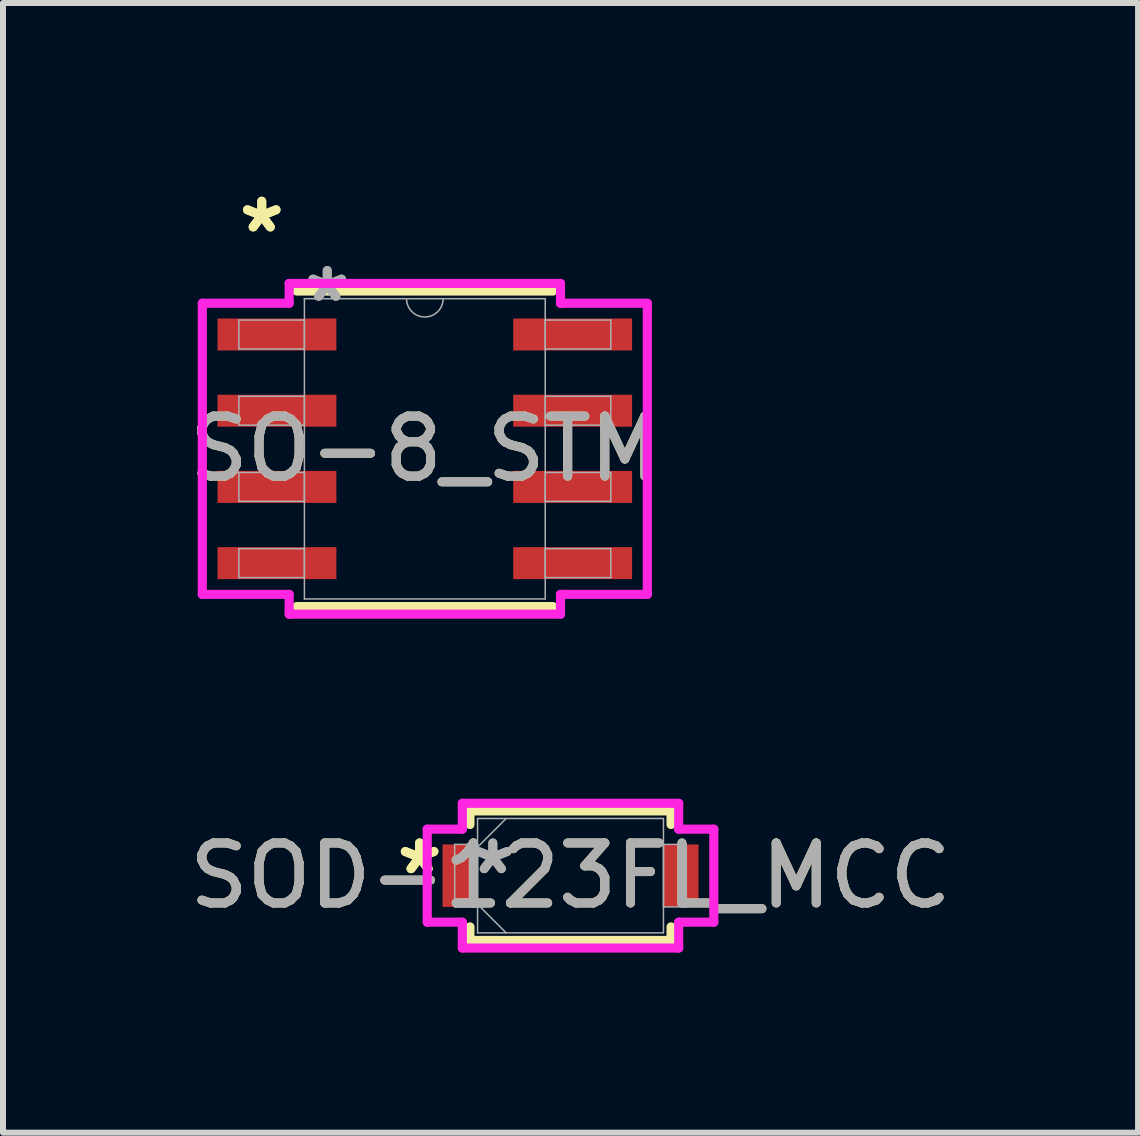
<source format=kicad_pcb>
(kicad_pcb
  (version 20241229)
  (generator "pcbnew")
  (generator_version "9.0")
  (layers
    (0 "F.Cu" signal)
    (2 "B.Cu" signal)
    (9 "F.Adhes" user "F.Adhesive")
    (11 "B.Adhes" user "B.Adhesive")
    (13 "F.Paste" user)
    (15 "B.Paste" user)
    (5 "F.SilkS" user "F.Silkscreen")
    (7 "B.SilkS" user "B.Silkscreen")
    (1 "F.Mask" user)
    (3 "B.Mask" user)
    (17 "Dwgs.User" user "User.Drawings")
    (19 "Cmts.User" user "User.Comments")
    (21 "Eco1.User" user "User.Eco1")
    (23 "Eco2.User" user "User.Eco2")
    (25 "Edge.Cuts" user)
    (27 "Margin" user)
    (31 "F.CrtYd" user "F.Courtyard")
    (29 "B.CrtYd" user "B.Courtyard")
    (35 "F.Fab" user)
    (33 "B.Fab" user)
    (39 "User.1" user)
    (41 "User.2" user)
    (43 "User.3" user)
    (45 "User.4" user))
  (footprint "SOD-123FL_MCC"
    (layer "F.Cu")
    (at 6.458 11.544)
    (property "Reference" "SOD-123FL_MCC" (at 0 0 0) (unlocked yes) (layer "F.SilkS") (effects (font (size 1 1) (thickness 0.15))))
    (attr smd)
    (fp_line (start -1.676 -1.079) (end -1.676 -0.853) (stroke (width 0.152) (type solid)) (layer "F.SilkS"))
    (fp_line (start -1.676 0.853) (end -1.676 1.079) (stroke (width 0.152) (type solid)) (layer "F.SilkS"))
    (fp_line (start -1.676 1.079) (end 1.676 1.079) (stroke (width 0.152) (type solid)) (layer "F.SilkS"))
    (fp_line (start 1.676 -1.079) (end -1.676 -1.079) (stroke (width 0.152) (type solid)) (layer "F.SilkS"))
    (fp_line (start 1.676 -0.853) (end 1.676 -1.079) (stroke (width 0.152) (type solid)) (layer "F.SilkS"))
    (fp_line (start 1.676 1.079) (end 1.676 0.853) (stroke (width 0.152) (type solid)) (layer "F.SilkS"))
    (fp_line (start -2.388 -0.775) (end -1.803 -0.775) (stroke (width 0.152) (type solid)) (layer "F.CrtYd"))
    (fp_line (start -2.388 0.775) (end -2.388 -0.775) (stroke (width 0.152) (type solid)) (layer "F.CrtYd"))
    (fp_line (start -1.803 -1.206) (end 1.803 -1.206) (stroke (width 0.152) (type solid)) (layer "F.CrtYd"))
    (fp_line (start -1.803 -0.775) (end -1.803 -1.206) (stroke (width 0.152) (type solid)) (layer "F.CrtYd"))
    (fp_line (start -1.803 0.775) (end -2.388 0.775) (stroke (width 0.152) (type solid)) (layer "F.CrtYd"))
    (fp_line (start -1.803 1.206) (end -1.803 0.775) (stroke (width 0.152) (type solid)) (layer "F.CrtYd"))
    (fp_line (start 1.803 -1.206) (end 1.803 -0.775) (stroke (width 0.152) (type solid)) (layer "F.CrtYd"))
    (fp_line (start 1.803 -0.775) (end 2.388 -0.775) (stroke (width 0.152) (type solid)) (layer "F.CrtYd"))
    (fp_line (start 1.803 0.775) (end 1.803 1.206) (stroke (width 0.152) (type solid)) (layer "F.CrtYd"))
    (fp_line (start 1.803 1.206) (end -1.803 1.206) (stroke (width 0.152) (type solid)) (layer "F.CrtYd"))
    (fp_line (start 2.388 -0.775) (end 2.388 0.775) (stroke (width 0.152) (type solid)) (layer "F.CrtYd"))
    (fp_line (start 2.388 0.775) (end 1.803 0.775) (stroke (width 0.152) (type solid)) (layer "F.CrtYd"))
    (fp_line (start -1.93 -0.521) (end -1.93 0.521) (stroke (width 0.025) (type solid)) (layer "F.Fab"))
    (fp_line (start -1.93 0.521) (end -1.549 0.521) (stroke (width 0.025) (type solid)) (layer "F.Fab"))
    (fp_line (start -1.549 -0.953) (end -1.549 0.953) (stroke (width 0.025) (type solid)) (layer "F.Fab"))
    (fp_line (start -1.549 -0.521) (end -1.93 -0.521) (stroke (width 0.025) (type solid)) (layer "F.Fab"))
    (fp_line (start -1.549 -0.476) (end -1.073 -0.953) (stroke (width 0.025) (type solid)) (layer "F.Fab"))
    (fp_line (start -1.549 0.476) (end -1.073 0.953) (stroke (width 0.025) (type solid)) (layer "F.Fab"))
    (fp_line (start -1.549 0.521) (end -1.549 -0.521) (stroke (width 0.025) (type solid)) (layer "F.Fab"))
    (fp_line (start -1.549 0.953) (end 1.549 0.953) (stroke (width 0.025) (type solid)) (layer "F.Fab"))
    (fp_line (start 1.549 -0.953) (end -1.549 -0.953) (stroke (width 0.025) (type solid)) (layer "F.Fab"))
    (fp_line (start 1.549 -0.521) (end 1.549 0.521) (stroke (width 0.025) (type solid)) (layer "F.Fab"))
    (fp_line (start 1.549 0.521) (end 1.93 0.521) (stroke (width 0.025) (type solid)) (layer "F.Fab"))
    (fp_line (start 1.549 0.953) (end 1.549 -0.953) (stroke (width 0.025) (type solid)) (layer "F.Fab"))
    (fp_line (start 1.93 -0.521) (end 1.549 -0.521) (stroke (width 0.025) (type solid)) (layer "F.Fab"))
    (fp_line (start 1.93 0.521) (end 1.93 -0.521) (stroke (width 0.025) (type solid)) (layer "F.Fab"))
    (fp_text user "*" (at -2.515 0 0) (unlocked yes) (layer "F.SilkS") (effects (font (size 1 1) (thickness 0.15))))
    (fp_text user "*" (at -2.515 0 0) (layer "F.SilkS") (effects (font (size 1 1) (thickness 0.15))))
    (fp_text user "*" (at -1.295 0 0) (layer "F.Fab") (effects (font (size 1 1) (thickness 0.15))))
    (fp_text user "*" (at -1.295 0 0) (unlocked yes) (layer "F.Fab") (effects (font (size 1 1) (thickness 0.15))))
    (fp_text user "${REFERENCE}" (at 0 0 0) (unlocked yes) (layer "F.Fab") (effects (font (size 1 1) (thickness 0.15))))
    (pad "1" smd rect (at -1.841 0) (size 0.584 1.041) (layers "F.Cu" "F.Mask" "F.Paste"))
    (pad "2" smd rect (at 1.841 0) (size 0.584 1.041) (layers "F.Cu" "F.Mask" "F.Paste"))
    (zone (net_name "") (layer "F.Cu") (hatch full 0.508) (connect_pads) (min_thickness 0.254) (filled_areas_thickness no) (keepout (tracks not_allowed) (vias not_allowed) (pads allowed) (copperpour not_allowed) (footprints allowed)) (placement (enabled no)) (fill) (polygon (pts (xy 4.96 10.643) (xy 7.957 10.643) (xy 7.957 12.446) (xy 4.96 12.446)))))
  (footprint "SO-8_STM"
    (layer "F.Cu")
    (at 4.03 4.43)
    (property "Reference" "SO-8_STM" (at 0 0 0) (unlocked yes) (layer "F.SilkS") (effects (font (size 1 1) (thickness 0.15))))
    (attr smd)
    (fp_line (start -2.134 2.629) (end 2.134 2.629) (stroke (width 0.152) (type solid)) (layer "F.SilkS"))
    (fp_line (start 2.134 -2.629) (end -2.134 -2.629) (stroke (width 0.152) (type solid)) (layer "F.SilkS"))
    (fp_line (start -3.708 -2.426) (end -2.261 -2.426) (stroke (width 0.152) (type solid)) (layer "F.CrtYd"))
    (fp_line (start -3.708 2.426) (end -3.708 -2.426) (stroke (width 0.152) (type solid)) (layer "F.CrtYd"))
    (fp_line (start -3.708 2.426) (end -2.261 2.426) (stroke (width 0.152) (type solid)) (layer "F.CrtYd"))
    (fp_line (start -2.261 -2.756) (end 2.261 -2.756) (stroke (width 0.152) (type solid)) (layer "F.CrtYd"))
    (fp_line (start -2.261 -2.426) (end -2.261 -2.756) (stroke (width 0.152) (type solid)) (layer "F.CrtYd"))
    (fp_line (start -2.261 2.756) (end -2.261 2.426) (stroke (width 0.152) (type solid)) (layer "F.CrtYd"))
    (fp_line (start 2.261 -2.756) (end 2.261 -2.426) (stroke (width 0.152) (type solid)) (layer "F.CrtYd"))
    (fp_line (start 2.261 2.426) (end 2.261 2.756) (stroke (width 0.152) (type solid)) (layer "F.CrtYd"))
    (fp_line (start 2.261 2.756) (end -2.261 2.756) (stroke (width 0.152) (type solid)) (layer "F.CrtYd"))
    (fp_line (start 3.708 -2.426) (end 2.261 -2.426) (stroke (width 0.152) (type solid)) (layer "F.CrtYd"))
    (fp_line (start 3.708 -2.426) (end 3.708 2.426) (stroke (width 0.152) (type solid)) (layer "F.CrtYd"))
    (fp_line (start 3.708 2.426) (end 2.261 2.426) (stroke (width 0.152) (type solid)) (layer "F.CrtYd"))
    (fp_line (start -3.099 -2.146) (end -3.099 -1.664) (stroke (width 0.025) (type solid)) (layer "F.Fab"))
    (fp_line (start -3.099 -1.664) (end -2.007 -1.664) (stroke (width 0.025) (type solid)) (layer "F.Fab"))
    (fp_line (start -3.099 -0.876) (end -3.099 -0.394) (stroke (width 0.025) (type solid)) (layer "F.Fab"))
    (fp_line (start -3.099 -0.394) (end -2.007 -0.394) (stroke (width 0.025) (type solid)) (layer "F.Fab"))
    (fp_line (start -3.099 0.394) (end -3.099 0.876) (stroke (width 0.025) (type solid)) (layer "F.Fab"))
    (fp_line (start -3.099 0.876) (end -2.007 0.876) (stroke (width 0.025) (type solid)) (layer "F.Fab"))
    (fp_line (start -3.099 1.664) (end -3.099 2.146) (stroke (width 0.025) (type solid)) (layer "F.Fab"))
    (fp_line (start -3.099 2.146) (end -2.007 2.146) (stroke (width 0.025) (type solid)) (layer "F.Fab"))
    (fp_line (start -2.007 -2.502) (end -2.007 2.502) (stroke (width 0.025) (type solid)) (layer "F.Fab"))
    (fp_line (start -2.007 -2.146) (end -3.099 -2.146) (stroke (width 0.025) (type solid)) (layer "F.Fab"))
    (fp_line (start -2.007 -1.664) (end -2.007 -2.146) (stroke (width 0.025) (type solid)) (layer "F.Fab"))
    (fp_line (start -2.007 -0.876) (end -3.099 -0.876) (stroke (width 0.025) (type solid)) (layer "F.Fab"))
    (fp_line (start -2.007 -0.394) (end -2.007 -0.876) (stroke (width 0.025) (type solid)) (layer "F.Fab"))
    (fp_line (start -2.007 0.394) (end -3.099 0.394) (stroke (width 0.025) (type solid)) (layer "F.Fab"))
    (fp_line (start -2.007 0.876) (end -2.007 0.394) (stroke (width 0.025) (type solid)) (layer "F.Fab"))
    (fp_line (start -2.007 1.664) (end -3.099 1.664) (stroke (width 0.025) (type solid)) (layer "F.Fab"))
    (fp_line (start -2.007 2.146) (end -2.007 1.664) (stroke (width 0.025) (type solid)) (layer "F.Fab"))
    (fp_line (start -2.007 2.502) (end 2.007 2.502) (stroke (width 0.025) (type solid)) (layer "F.Fab"))
    (fp_line (start 2.007 -2.502) (end -2.007 -2.502) (stroke (width 0.025) (type solid)) (layer "F.Fab"))
    (fp_line (start 2.007 -2.146) (end 2.007 -1.664) (stroke (width 0.025) (type solid)) (layer "F.Fab"))
    (fp_line (start 2.007 -1.664) (end 3.099 -1.664) (stroke (width 0.025) (type solid)) (layer "F.Fab"))
    (fp_line (start 2.007 -0.876) (end 2.007 -0.394) (stroke (width 0.025) (type solid)) (layer "F.Fab"))
    (fp_line (start 2.007 -0.394) (end 3.099 -0.394) (stroke (width 0.025) (type solid)) (layer "F.Fab"))
    (fp_line (start 2.007 0.394) (end 2.007 0.876) (stroke (width 0.025) (type solid)) (layer "F.Fab"))
    (fp_line (start 2.007 0.876) (end 3.099 0.876) (stroke (width 0.025) (type solid)) (layer "F.Fab"))
    (fp_line (start 2.007 1.664) (end 2.007 2.146) (stroke (width 0.025) (type solid)) (layer "F.Fab"))
    (fp_line (start 2.007 2.146) (end 3.099 2.146) (stroke (width 0.025) (type solid)) (layer "F.Fab"))
    (fp_line (start 2.007 2.502) (end 2.007 -2.502) (stroke (width 0.025) (type solid)) (layer "F.Fab"))
    (fp_line (start 3.099 -2.146) (end 2.007 -2.146) (stroke (width 0.025) (type solid)) (layer "F.Fab"))
    (fp_line (start 3.099 -1.664) (end 3.099 -2.146) (stroke (width 0.025) (type solid)) (layer "F.Fab"))
    (fp_line (start 3.099 -0.876) (end 2.007 -0.876) (stroke (width 0.025) (type solid)) (layer "F.Fab"))
    (fp_line (start 3.099 -0.394) (end 3.099 -0.876) (stroke (width 0.025) (type solid)) (layer "F.Fab"))
    (fp_line (start 3.099 0.394) (end 2.007 0.394) (stroke (width 0.025) (type solid)) (layer "F.Fab"))
    (fp_line (start 3.099 0.876) (end 3.099 0.394) (stroke (width 0.025) (type solid)) (layer "F.Fab"))
    (fp_line (start 3.099 1.664) (end 2.007 1.664) (stroke (width 0.025) (type solid)) (layer "F.Fab"))
    (fp_line (start 3.099 2.146) (end 3.099 1.664) (stroke (width 0.025) (type solid)) (layer "F.Fab"))
    (fp_arc (start 0.3048 -2.5019) (mid 0 -2.1971) (end -0.3048 -2.5019) (stroke (width 0.0254) (type solid)) (layer "F.Fab"))
    (fp_text user "*" (at -2.718 -3.581 0) (layer "F.SilkS") (effects (font (size 1 1) (thickness 0.15))))
    (fp_text user "*" (at -2.718 -3.581 0) (unlocked yes) (layer "F.SilkS") (effects (font (size 1 1) (thickness 0.15))))
    (fp_text user "*" (at -1.626 -2.426 0) (layer "F.Fab") (effects (font (size 1 1) (thickness 0.15))))
    (fp_text user "*" (at -1.626 -2.426 0) (unlocked yes) (layer "F.Fab") (effects (font (size 1 1) (thickness 0.15))))
    (fp_text user "${REFERENCE}" (at 0 0 0) (unlocked yes) (layer "F.Fab") (effects (font (size 1 1) (thickness 0.15))))
    (pad "1" smd rect (at -2.464 -1.905) (size 1.981 0.533) (layers "F.Cu" "F.Mask" "F.Paste"))
    (pad "2" smd rect (at -2.464 -0.635) (size 1.981 0.533) (layers "F.Cu" "F.Mask" "F.Paste"))
    (pad "3" smd rect (at -2.464 0.635) (size 1.981 0.533) (layers "F.Cu" "F.Mask" "F.Paste"))
    (pad "4" smd rect (at -2.464 1.905) (size 1.981 0.533) (layers "F.Cu" "F.Mask" "F.Paste"))
    (pad "5" smd rect (at 2.464 1.905) (size 1.981 0.533) (layers "F.Cu" "F.Mask" "F.Paste"))
    (pad "6" smd rect (at 2.464 0.635) (size 1.981 0.533) (layers "F.Cu" "F.Mask" "F.Paste"))
    (pad "7" smd rect (at 2.464 -0.635) (size 1.981 0.533) (layers "F.Cu" "F.Mask" "F.Paste"))
    (pad "8" smd rect (at 2.464 -1.905) (size 1.981 0.533) (layers "F.Cu" "F.Mask" "F.Paste")))
  (gr_rect
    (start -3 -3)
    (end 15.917 15.827)
    (stroke (width 0.1) (type default))
    (fill no)
    (layer "Edge.Cuts")))
</source>
